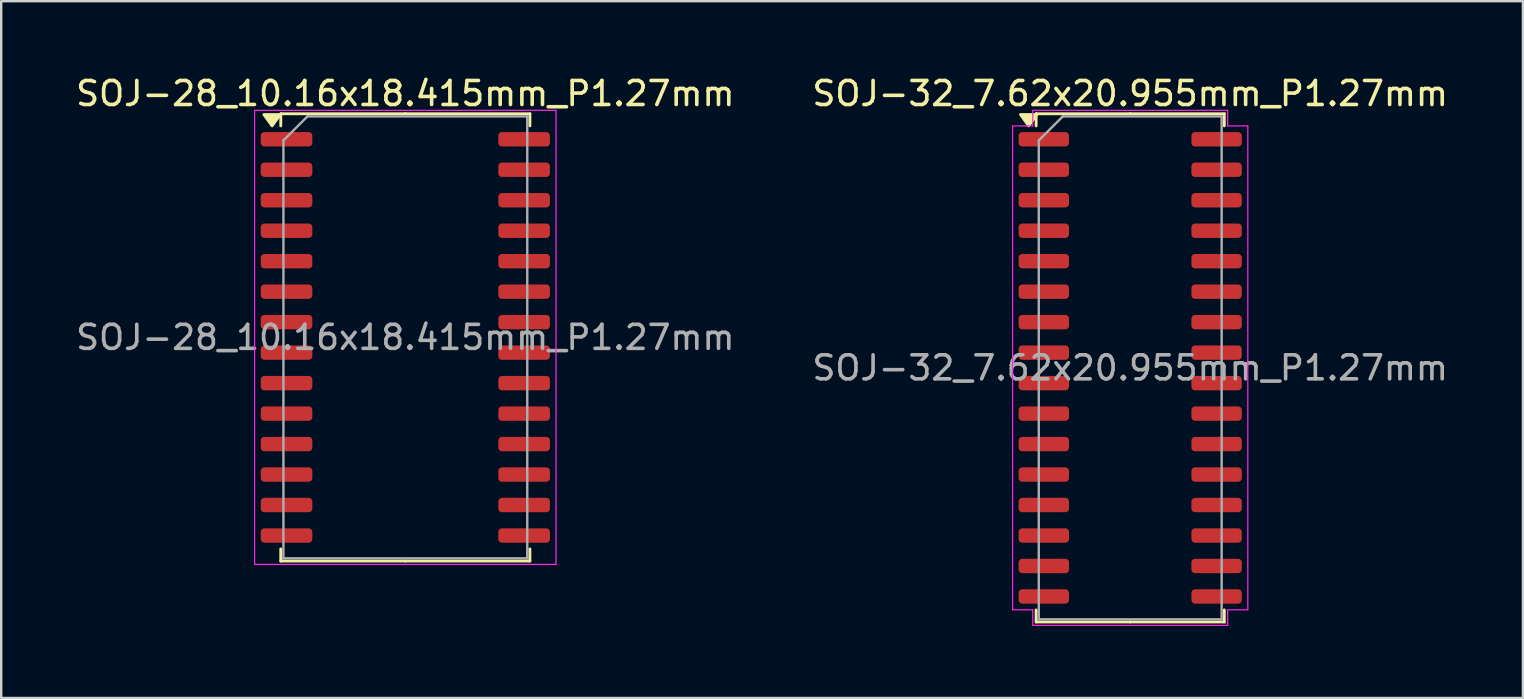
<source format=kicad_pcb>
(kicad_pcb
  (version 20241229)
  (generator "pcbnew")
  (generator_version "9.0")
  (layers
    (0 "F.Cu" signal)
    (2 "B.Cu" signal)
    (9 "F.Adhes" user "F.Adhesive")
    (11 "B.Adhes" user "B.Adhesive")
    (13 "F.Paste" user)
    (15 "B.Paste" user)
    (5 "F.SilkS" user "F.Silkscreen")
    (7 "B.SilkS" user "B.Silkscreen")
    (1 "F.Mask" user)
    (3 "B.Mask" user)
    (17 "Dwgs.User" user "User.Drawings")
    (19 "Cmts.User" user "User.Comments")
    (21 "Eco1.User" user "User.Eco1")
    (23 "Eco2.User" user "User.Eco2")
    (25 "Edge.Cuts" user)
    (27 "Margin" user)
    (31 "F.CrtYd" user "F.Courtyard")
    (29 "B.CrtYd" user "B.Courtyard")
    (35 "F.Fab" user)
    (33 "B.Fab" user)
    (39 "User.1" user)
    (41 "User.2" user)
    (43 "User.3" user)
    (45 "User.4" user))
  (footprint "SOJ-32_7.62x20.955mm_P1.27mm"
    (layer "F.Cu")
    (at 44.042 12.278)
    (property "Reference" "SOJ-32_7.62x20.955mm_P1.27mm" (at 0 -11.43 0) (layer "F.SilkS") (effects (font (size 1 1) (thickness 0.15))))
    (attr smd)
    (fp_line (start -3.92 -10.588) (end -3.92 -10.085) (stroke (width 0.12) (type solid)) (layer "F.SilkS"))
    (fp_line (start -3.92 10.588) (end -3.92 10.085) (stroke (width 0.12) (type solid)) (layer "F.SilkS"))
    (fp_line (start 0 -10.588) (end -3.92 -10.588) (stroke (width 0.12) (type solid)) (layer "F.SilkS"))
    (fp_line (start 0 -10.588) (end 3.92 -10.588) (stroke (width 0.12) (type solid)) (layer "F.SilkS"))
    (fp_line (start 0 10.588) (end -3.92 10.588) (stroke (width 0.12) (type solid)) (layer "F.SilkS"))
    (fp_line (start 0 10.588) (end 3.92 10.588) (stroke (width 0.12) (type solid)) (layer "F.SilkS"))
    (fp_line (start 3.92 -10.588) (end 3.92 -10.085) (stroke (width 0.12) (type solid)) (layer "F.SilkS"))
    (fp_line (start 3.92 10.588) (end 3.92 10.085) (stroke (width 0.12) (type solid)) (layer "F.SilkS"))
    (fp_poly (pts (xy -4.23 -10.085) (xy -4.57 -10.555) (xy -3.89 -10.555)) (stroke (width 0.12) (type solid)) (fill yes) (layer "F.SilkS"))
    (fp_line (start -4.9 -10.08) (end -4.06 -10.08) (stroke (width 0.05) (type solid)) (layer "F.CrtYd"))
    (fp_line (start -4.9 10.08) (end -4.9 -10.08) (stroke (width 0.05) (type solid)) (layer "F.CrtYd"))
    (fp_line (start -4.06 -10.73) (end 4.06 -10.73) (stroke (width 0.05) (type solid)) (layer "F.CrtYd"))
    (fp_line (start -4.06 -10.08) (end -4.06 -10.73) (stroke (width 0.05) (type solid)) (layer "F.CrtYd"))
    (fp_line (start -4.06 10.08) (end -4.9 10.08) (stroke (width 0.05) (type solid)) (layer "F.CrtYd"))
    (fp_line (start -4.06 10.73) (end -4.06 10.08) (stroke (width 0.05) (type solid)) (layer "F.CrtYd"))
    (fp_line (start 4.06 -10.73) (end 4.06 -10.08) (stroke (width 0.05) (type solid)) (layer "F.CrtYd"))
    (fp_line (start 4.06 -10.08) (end 4.9 -10.08) (stroke (width 0.05) (type solid)) (layer "F.CrtYd"))
    (fp_line (start 4.06 10.08) (end 4.06 10.73) (stroke (width 0.05) (type solid)) (layer "F.CrtYd"))
    (fp_line (start 4.06 10.73) (end -4.06 10.73) (stroke (width 0.05) (type solid)) (layer "F.CrtYd"))
    (fp_line (start 4.9 -10.08) (end 4.9 10.08) (stroke (width 0.05) (type solid)) (layer "F.CrtYd"))
    (fp_line (start 4.9 10.08) (end 4.06 10.08) (stroke (width 0.05) (type solid)) (layer "F.CrtYd"))
    (fp_line (start -3.81 -9.477) (end -2.81 -10.477) (stroke (width 0.1) (type solid)) (layer "F.Fab"))
    (fp_line (start -3.81 10.477) (end -3.81 -9.477) (stroke (width 0.1) (type solid)) (layer "F.Fab"))
    (fp_line (start -2.81 -10.477) (end 3.81 -10.477) (stroke (width 0.1) (type solid)) (layer "F.Fab"))
    (fp_line (start 3.81 -10.477) (end 3.81 10.477) (stroke (width 0.1) (type solid)) (layer "F.Fab"))
    (fp_line (start 3.81 10.477) (end -3.81 10.477) (stroke (width 0.1) (type solid)) (layer "F.Fab"))
    (fp_text user "${REFERENCE}" (at 0 0 0) (layer "F.Fab") (effects (font (size 1 1) (thickness 0.15))))
    (pad "1" smd roundrect (at -3.6 -9.525) (size 2.1 0.6) (layers "F.Cu" "F.Mask" "F.Paste") (roundrect_rratio 0.25))
    (pad "2" smd roundrect (at -3.6 -8.255) (size 2.1 0.6) (layers "F.Cu" "F.Mask" "F.Paste") (roundrect_rratio 0.25))
    (pad "3" smd roundrect (at -3.6 -6.985) (size 2.1 0.6) (layers "F.Cu" "F.Mask" "F.Paste") (roundrect_rratio 0.25))
    (pad "4" smd roundrect (at -3.6 -5.715) (size 2.1 0.6) (layers "F.Cu" "F.Mask" "F.Paste") (roundrect_rratio 0.25))
    (pad "5" smd roundrect (at -3.6 -4.445) (size 2.1 0.6) (layers "F.Cu" "F.Mask" "F.Paste") (roundrect_rratio 0.25))
    (pad "6" smd roundrect (at -3.6 -3.175) (size 2.1 0.6) (layers "F.Cu" "F.Mask" "F.Paste") (roundrect_rratio 0.25))
    (pad "7" smd roundrect (at -3.6 -1.905) (size 2.1 0.6) (layers "F.Cu" "F.Mask" "F.Paste") (roundrect_rratio 0.25))
    (pad "8" smd roundrect (at -3.6 -0.635) (size 2.1 0.6) (layers "F.Cu" "F.Mask" "F.Paste") (roundrect_rratio 0.25))
    (pad "9" smd roundrect (at -3.6 0.635) (size 2.1 0.6) (layers "F.Cu" "F.Mask" "F.Paste") (roundrect_rratio 0.25))
    (pad "10" smd roundrect (at -3.6 1.905) (size 2.1 0.6) (layers "F.Cu" "F.Mask" "F.Paste") (roundrect_rratio 0.25))
    (pad "11" smd roundrect (at -3.6 3.175) (size 2.1 0.6) (layers "F.Cu" "F.Mask" "F.Paste") (roundrect_rratio 0.25))
    (pad "12" smd roundrect (at -3.6 4.445) (size 2.1 0.6) (layers "F.Cu" "F.Mask" "F.Paste") (roundrect_rratio 0.25))
    (pad "13" smd roundrect (at -3.6 5.715) (size 2.1 0.6) (layers "F.Cu" "F.Mask" "F.Paste") (roundrect_rratio 0.25))
    (pad "14" smd roundrect (at -3.6 6.985) (size 2.1 0.6) (layers "F.Cu" "F.Mask" "F.Paste") (roundrect_rratio 0.25))
    (pad "15" smd roundrect (at -3.6 8.255) (size 2.1 0.6) (layers "F.Cu" "F.Mask" "F.Paste") (roundrect_rratio 0.25))
    (pad "16" smd roundrect (at -3.6 9.525) (size 2.1 0.6) (layers "F.Cu" "F.Mask" "F.Paste") (roundrect_rratio 0.25))
    (pad "17" smd roundrect (at 3.6 9.525) (size 2.1 0.6) (layers "F.Cu" "F.Mask" "F.Paste") (roundrect_rratio 0.25))
    (pad "18" smd roundrect (at 3.6 8.255) (size 2.1 0.6) (layers "F.Cu" "F.Mask" "F.Paste") (roundrect_rratio 0.25))
    (pad "19" smd roundrect (at 3.6 6.985) (size 2.1 0.6) (layers "F.Cu" "F.Mask" "F.Paste") (roundrect_rratio 0.25))
    (pad "20" smd roundrect (at 3.6 5.715) (size 2.1 0.6) (layers "F.Cu" "F.Mask" "F.Paste") (roundrect_rratio 0.25))
    (pad "21" smd roundrect (at 3.6 4.445) (size 2.1 0.6) (layers "F.Cu" "F.Mask" "F.Paste") (roundrect_rratio 0.25))
    (pad "22" smd roundrect (at 3.6 3.175) (size 2.1 0.6) (layers "F.Cu" "F.Mask" "F.Paste") (roundrect_rratio 0.25))
    (pad "23" smd roundrect (at 3.6 1.905) (size 2.1 0.6) (layers "F.Cu" "F.Mask" "F.Paste") (roundrect_rratio 0.25))
    (pad "24" smd roundrect (at 3.6 0.635) (size 2.1 0.6) (layers "F.Cu" "F.Mask" "F.Paste") (roundrect_rratio 0.25))
    (pad "25" smd roundrect (at 3.6 -0.635) (size 2.1 0.6) (layers "F.Cu" "F.Mask" "F.Paste") (roundrect_rratio 0.25))
    (pad "26" smd roundrect (at 3.6 -1.905) (size 2.1 0.6) (layers "F.Cu" "F.Mask" "F.Paste") (roundrect_rratio 0.25))
    (pad "27" smd roundrect (at 3.6 -3.175) (size 2.1 0.6) (layers "F.Cu" "F.Mask" "F.Paste") (roundrect_rratio 0.25))
    (pad "28" smd roundrect (at 3.6 -4.445) (size 2.1 0.6) (layers "F.Cu" "F.Mask" "F.Paste") (roundrect_rratio 0.25))
    (pad "29" smd roundrect (at 3.6 -5.715) (size 2.1 0.6) (layers "F.Cu" "F.Mask" "F.Paste") (roundrect_rratio 0.25))
    (pad "30" smd roundrect (at 3.6 -6.985) (size 2.1 0.6) (layers "F.Cu" "F.Mask" "F.Paste") (roundrect_rratio 0.25))
    (pad "31" smd roundrect (at 3.6 -8.255) (size 2.1 0.6) (layers "F.Cu" "F.Mask" "F.Paste") (roundrect_rratio 0.25))
    (pad "32" smd roundrect (at 3.6 -9.525) (size 2.1 0.6) (layers "F.Cu" "F.Mask" "F.Paste") (roundrect_rratio 0.25)))
  (footprint "SOJ-28_10.16x18.415mm_P1.27mm"
    (layer "F.Cu")
    (at 13.839 11.008)
    (property "Reference" "SOJ-28_10.16x18.415mm_P1.27mm" (at 0 -10.16 0) (layer "F.SilkS") (effects (font (size 1 1) (thickness 0.15))))
    (attr smd)
    (fp_line (start -5.19 -9.318) (end -5.19 -8.815) (stroke (width 0.12) (type solid)) (layer "F.SilkS"))
    (fp_line (start -5.19 9.318) (end -5.19 8.815) (stroke (width 0.12) (type solid)) (layer "F.SilkS"))
    (fp_line (start 0 -9.318) (end -5.19 -9.318) (stroke (width 0.12) (type solid)) (layer "F.SilkS"))
    (fp_line (start 0 -9.318) (end 5.19 -9.318) (stroke (width 0.12) (type solid)) (layer "F.SilkS"))
    (fp_line (start 0 9.318) (end -5.19 9.318) (stroke (width 0.12) (type solid)) (layer "F.SilkS"))
    (fp_line (start 0 9.318) (end 5.19 9.318) (stroke (width 0.12) (type solid)) (layer "F.SilkS"))
    (fp_line (start 5.19 -9.318) (end 5.19 -8.815) (stroke (width 0.12) (type solid)) (layer "F.SilkS"))
    (fp_line (start 5.19 9.318) (end 5.19 8.815) (stroke (width 0.12) (type solid)) (layer "F.SilkS"))
    (fp_poly (pts (xy -5.553 -8.815) (xy -5.893 -9.285) (xy -5.213 -9.285) (xy -5.553 -8.815)) (stroke (width 0.12) (type solid)) (fill yes) (layer "F.SilkS"))
    (fp_line (start -6.28 -9.46) (end -6.28 9.46) (stroke (width 0.05) (type solid)) (layer "F.CrtYd"))
    (fp_line (start -6.28 9.46) (end 6.28 9.46) (stroke (width 0.05) (type solid)) (layer "F.CrtYd"))
    (fp_line (start 6.28 -9.46) (end -6.28 -9.46) (stroke (width 0.05) (type solid)) (layer "F.CrtYd"))
    (fp_line (start 6.28 9.46) (end 6.28 -9.46) (stroke (width 0.05) (type solid)) (layer "F.CrtYd"))
    (fp_line (start -5.08 -8.207) (end -4.08 -9.207) (stroke (width 0.1) (type solid)) (layer "F.Fab"))
    (fp_line (start -5.08 9.207) (end -5.08 -8.207) (stroke (width 0.1) (type solid)) (layer "F.Fab"))
    (fp_line (start -4.08 -9.207) (end 5.08 -9.207) (stroke (width 0.1) (type solid)) (layer "F.Fab"))
    (fp_line (start 5.08 -9.207) (end 5.08 9.207) (stroke (width 0.1) (type solid)) (layer "F.Fab"))
    (fp_line (start 5.08 9.207) (end -5.08 9.207) (stroke (width 0.1) (type solid)) (layer "F.Fab"))
    (fp_text user "${REFERENCE}" (at 0 0 0) (layer "F.Fab") (effects (font (size 1 1) (thickness 0.15))))
    (pad "1" smd roundrect (at -4.95 -8.255) (size 2.15 0.6) (layers "F.Cu" "F.Mask" "F.Paste") (roundrect_rratio 0.25))
    (pad "2" smd roundrect (at -4.95 -6.985) (size 2.15 0.6) (layers "F.Cu" "F.Mask" "F.Paste") (roundrect_rratio 0.25))
    (pad "3" smd roundrect (at -4.95 -5.715) (size 2.15 0.6) (layers "F.Cu" "F.Mask" "F.Paste") (roundrect_rratio 0.25))
    (pad "4" smd roundrect (at -4.95 -4.445) (size 2.15 0.6) (layers "F.Cu" "F.Mask" "F.Paste") (roundrect_rratio 0.25))
    (pad "5" smd roundrect (at -4.95 -3.175) (size 2.15 0.6) (layers "F.Cu" "F.Mask" "F.Paste") (roundrect_rratio 0.25))
    (pad "6" smd roundrect (at -4.95 -1.905) (size 2.15 0.6) (layers "F.Cu" "F.Mask" "F.Paste") (roundrect_rratio 0.25))
    (pad "7" smd roundrect (at -4.95 -0.635) (size 2.15 0.6) (layers "F.Cu" "F.Mask" "F.Paste") (roundrect_rratio 0.25))
    (pad "8" smd roundrect (at -4.95 0.635) (size 2.15 0.6) (layers "F.Cu" "F.Mask" "F.Paste") (roundrect_rratio 0.25))
    (pad "9" smd roundrect (at -4.95 1.905) (size 2.15 0.6) (layers "F.Cu" "F.Mask" "F.Paste") (roundrect_rratio 0.25))
    (pad "10" smd roundrect (at -4.95 3.175) (size 2.15 0.6) (layers "F.Cu" "F.Mask" "F.Paste") (roundrect_rratio 0.25))
    (pad "11" smd roundrect (at -4.95 4.445) (size 2.15 0.6) (layers "F.Cu" "F.Mask" "F.Paste") (roundrect_rratio 0.25))
    (pad "12" smd roundrect (at -4.95 5.715) (size 2.15 0.6) (layers "F.Cu" "F.Mask" "F.Paste") (roundrect_rratio 0.25))
    (pad "13" smd roundrect (at -4.95 6.985) (size 2.15 0.6) (layers "F.Cu" "F.Mask" "F.Paste") (roundrect_rratio 0.25))
    (pad "14" smd roundrect (at -4.95 8.255) (size 2.15 0.6) (layers "F.Cu" "F.Mask" "F.Paste") (roundrect_rratio 0.25))
    (pad "15" smd roundrect (at 4.95 8.255) (size 2.15 0.6) (layers "F.Cu" "F.Mask" "F.Paste") (roundrect_rratio 0.25))
    (pad "16" smd roundrect (at 4.95 6.985) (size 2.15 0.6) (layers "F.Cu" "F.Mask" "F.Paste") (roundrect_rratio 0.25))
    (pad "17" smd roundrect (at 4.95 5.715) (size 2.15 0.6) (layers "F.Cu" "F.Mask" "F.Paste") (roundrect_rratio 0.25))
    (pad "18" smd roundrect (at 4.95 4.445) (size 2.15 0.6) (layers "F.Cu" "F.Mask" "F.Paste") (roundrect_rratio 0.25))
    (pad "19" smd roundrect (at 4.95 3.175) (size 2.15 0.6) (layers "F.Cu" "F.Mask" "F.Paste") (roundrect_rratio 0.25))
    (pad "20" smd roundrect (at 4.95 1.905) (size 2.15 0.6) (layers "F.Cu" "F.Mask" "F.Paste") (roundrect_rratio 0.25))
    (pad "21" smd roundrect (at 4.95 0.635) (size 2.15 0.6) (layers "F.Cu" "F.Mask" "F.Paste") (roundrect_rratio 0.25))
    (pad "22" smd roundrect (at 4.95 -0.635) (size 2.15 0.6) (layers "F.Cu" "F.Mask" "F.Paste") (roundrect_rratio 0.25))
    (pad "23" smd roundrect (at 4.95 -1.905) (size 2.15 0.6) (layers "F.Cu" "F.Mask" "F.Paste") (roundrect_rratio 0.25))
    (pad "24" smd roundrect (at 4.95 -3.175) (size 2.15 0.6) (layers "F.Cu" "F.Mask" "F.Paste") (roundrect_rratio 0.25))
    (pad "25" smd roundrect (at 4.95 -4.445) (size 2.15 0.6) (layers "F.Cu" "F.Mask" "F.Paste") (roundrect_rratio 0.25))
    (pad "26" smd roundrect (at 4.95 -5.715) (size 2.15 0.6) (layers "F.Cu" "F.Mask" "F.Paste") (roundrect_rratio 0.25))
    (pad "27" smd roundrect (at 4.95 -6.985) (size 2.15 0.6) (layers "F.Cu" "F.Mask" "F.Paste") (roundrect_rratio 0.25))
    (pad "28" smd roundrect (at 4.95 -8.255) (size 2.15 0.6) (layers "F.Cu" "F.Mask" "F.Paste") (roundrect_rratio 0.25)))
  (gr_rect
    (start -3 -3)
    (end 60.405 26.033)
    (stroke (width 0.1) (type default))
    (fill no)
    (layer "Edge.Cuts")))
</source>
